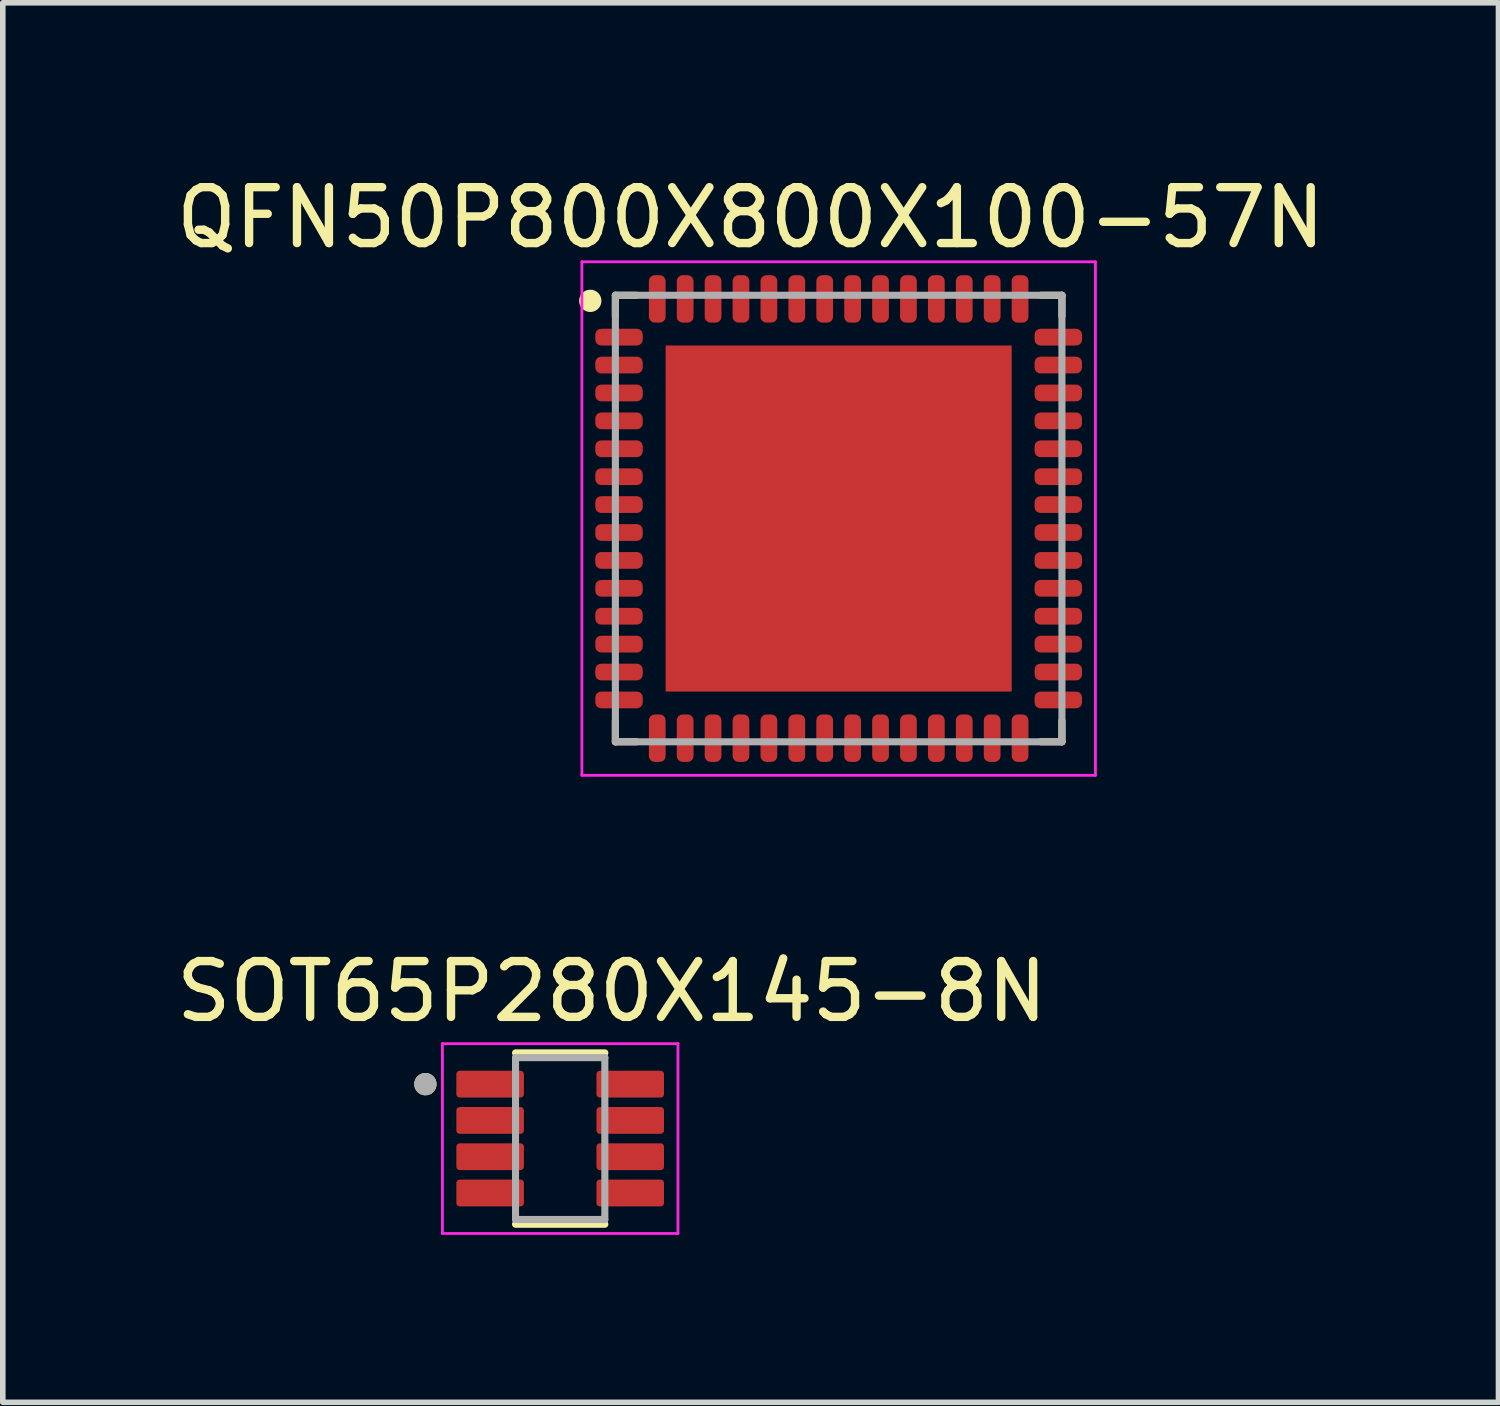
<source format=kicad_pcb>
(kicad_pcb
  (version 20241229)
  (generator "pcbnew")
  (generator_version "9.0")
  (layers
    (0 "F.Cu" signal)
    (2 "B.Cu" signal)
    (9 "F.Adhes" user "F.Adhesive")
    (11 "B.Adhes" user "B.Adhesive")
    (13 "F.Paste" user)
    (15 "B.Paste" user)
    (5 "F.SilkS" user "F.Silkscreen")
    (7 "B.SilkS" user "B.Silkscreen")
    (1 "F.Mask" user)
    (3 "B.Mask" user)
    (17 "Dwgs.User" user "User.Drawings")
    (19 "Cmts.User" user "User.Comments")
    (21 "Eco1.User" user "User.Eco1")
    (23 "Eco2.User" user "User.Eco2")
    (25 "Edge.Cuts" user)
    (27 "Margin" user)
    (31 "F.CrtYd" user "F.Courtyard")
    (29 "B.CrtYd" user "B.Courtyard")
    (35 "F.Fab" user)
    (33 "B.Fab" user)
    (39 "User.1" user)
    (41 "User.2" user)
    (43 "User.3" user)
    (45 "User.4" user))
  (footprint "QFN50P800X800X100-57N"
    (layer "F.Cu")
    (at 11.975 6.24)
    (property "Reference" "QFN50P800X800X100-57N" (at -1.577 -5.391 0) (layer "F.SilkS") (effects (font (size 1.001 1.001) (thickness 0.15))))
    (attr smd)
    (fp_line (start -4 -4) (end -4 -3.625) (stroke (width 0.127) (type solid)) (layer "F.SilkS"))
    (fp_line (start -4 3.625) (end -4 4) (stroke (width 0.127) (type solid)) (layer "F.SilkS"))
    (fp_line (start -4 4) (end -3.625 4) (stroke (width 0.127) (type solid)) (layer "F.SilkS"))
    (fp_line (start -3.625 -4) (end -4 -4) (stroke (width 0.127) (type solid)) (layer "F.SilkS"))
    (fp_line (start 3.625 4) (end 4 4) (stroke (width 0.127) (type solid)) (layer "F.SilkS"))
    (fp_line (start 4 -4) (end 3.625 -4) (stroke (width 0.127) (type solid)) (layer "F.SilkS"))
    (fp_line (start 4 -3.625) (end 4 -4) (stroke (width 0.127) (type solid)) (layer "F.SilkS"))
    (fp_line (start 4 4) (end 4 3.625) (stroke (width 0.127) (type solid)) (layer "F.SilkS"))
    (fp_circle (center -4.45 -3.9) (end -4.35 -3.9) (stroke (width 0.2) (type solid)) (fill no) (layer "F.SilkS"))
    (fp_poly (pts (xy -2.358 0.395) (xy -0.395 0.395) (xy -0.395 2.358) (xy -2.358 2.358)) (stroke (width 0.01) (type solid)) (fill yes) (layer "F.Paste"))
    (fp_poly (pts (xy -2.358 -2.355) (xy -0.395 -2.355) (xy -0.395 -0.396) (xy -2.358 -0.396)) (stroke (width 0.01) (type solid)) (fill yes) (layer "F.Paste"))
    (fp_poly (pts (xy 0.396 -2.355) (xy 2.355 -2.355) (xy 2.355 -0.396) (xy 0.396 -0.396)) (stroke (width 0.01) (type solid)) (fill yes) (layer "F.Paste"))
    (fp_poly (pts (xy 0.396 0.395) (xy 2.355 0.395) (xy 2.355 2.36) (xy 0.396 2.36)) (stroke (width 0.01) (type solid)) (fill yes) (layer "F.Paste"))
    (fp_line (start -4.6 -4.6) (end 4.6 -4.6) (stroke (width 0.05) (type solid)) (layer "F.CrtYd"))
    (fp_line (start -4.6 4.6) (end -4.6 -4.6) (stroke (width 0.05) (type solid)) (layer "F.CrtYd"))
    (fp_line (start 4.6 -4.6) (end 4.6 4.6) (stroke (width 0.05) (type solid)) (layer "F.CrtYd"))
    (fp_line (start 4.6 4.6) (end -4.6 4.6) (stroke (width 0.05) (type solid)) (layer "F.CrtYd"))
    (fp_line (start -4 -4) (end 4 -4) (stroke (width 0.127) (type solid)) (layer "F.Fab"))
    (fp_line (start -4 4) (end -4 -4) (stroke (width 0.127) (type solid)) (layer "F.Fab"))
    (fp_line (start 4 -4) (end 4 4) (stroke (width 0.127) (type solid)) (layer "F.Fab"))
    (fp_line (start 4 4) (end -4 4) (stroke (width 0.127) (type solid)) (layer "F.Fab"))
    (pad "1" smd roundrect (at -3.935 -3.25) (size 0.85 0.3) (layers "F.Cu" "F.Mask" "F.Paste") (roundrect_rratio 0.35))
    (pad "2" smd roundrect (at -3.935 -2.75) (size 0.85 0.3) (layers "F.Cu" "F.Mask" "F.Paste") (roundrect_rratio 0.35))
    (pad "3" smd roundrect (at -3.935 -2.25) (size 0.85 0.3) (layers "F.Cu" "F.Mask" "F.Paste") (roundrect_rratio 0.35))
    (pad "4" smd roundrect (at -3.935 -1.75) (size 0.85 0.3) (layers "F.Cu" "F.Mask" "F.Paste") (roundrect_rratio 0.35))
    (pad "5" smd roundrect (at -3.935 -1.25) (size 0.85 0.3) (layers "F.Cu" "F.Mask" "F.Paste") (roundrect_rratio 0.35))
    (pad "6" smd roundrect (at -3.935 -0.75) (size 0.85 0.3) (layers "F.Cu" "F.Mask" "F.Paste") (roundrect_rratio 0.35))
    (pad "7" smd roundrect (at -3.935 -0.25) (size 0.85 0.3) (layers "F.Cu" "F.Mask" "F.Paste") (roundrect_rratio 0.35))
    (pad "8" smd roundrect (at -3.935 0.25) (size 0.85 0.3) (layers "F.Cu" "F.Mask" "F.Paste") (roundrect_rratio 0.35))
    (pad "9" smd roundrect (at -3.935 0.75) (size 0.85 0.3) (layers "F.Cu" "F.Mask" "F.Paste") (roundrect_rratio 0.35))
    (pad "10" smd roundrect (at -3.935 1.25) (size 0.85 0.3) (layers "F.Cu" "F.Mask" "F.Paste") (roundrect_rratio 0.35))
    (pad "11" smd roundrect (at -3.935 1.75) (size 0.85 0.3) (layers "F.Cu" "F.Mask" "F.Paste") (roundrect_rratio 0.35))
    (pad "12" smd roundrect (at -3.935 2.25) (size 0.85 0.3) (layers "F.Cu" "F.Mask" "F.Paste") (roundrect_rratio 0.35))
    (pad "13" smd roundrect (at -3.935 2.75) (size 0.85 0.3) (layers "F.Cu" "F.Mask" "F.Paste") (roundrect_rratio 0.35))
    (pad "14" smd roundrect (at -3.935 3.25) (size 0.85 0.3) (layers "F.Cu" "F.Mask" "F.Paste") (roundrect_rratio 0.35))
    (pad "15" smd roundrect (at -3.25 3.935) (size 0.3 0.85) (layers "F.Cu" "F.Mask" "F.Paste") (roundrect_rratio 0.35))
    (pad "16" smd roundrect (at -2.75 3.935) (size 0.3 0.85) (layers "F.Cu" "F.Mask" "F.Paste") (roundrect_rratio 0.35))
    (pad "17" smd roundrect (at -2.25 3.935) (size 0.3 0.85) (layers "F.Cu" "F.Mask" "F.Paste") (roundrect_rratio 0.35))
    (pad "18" smd roundrect (at -1.75 3.935) (size 0.3 0.85) (layers "F.Cu" "F.Mask" "F.Paste") (roundrect_rratio 0.35))
    (pad "19" smd roundrect (at -1.25 3.935) (size 0.3 0.85) (layers "F.Cu" "F.Mask" "F.Paste") (roundrect_rratio 0.35))
    (pad "20" smd roundrect (at -0.75 3.935) (size 0.3 0.85) (layers "F.Cu" "F.Mask" "F.Paste") (roundrect_rratio 0.35))
    (pad "21" smd roundrect (at -0.25 3.935) (size 0.3 0.85) (layers "F.Cu" "F.Mask" "F.Paste") (roundrect_rratio 0.35))
    (pad "22" smd roundrect (at 0.25 3.935) (size 0.3 0.85) (layers "F.Cu" "F.Mask" "F.Paste") (roundrect_rratio 0.35))
    (pad "23" smd roundrect (at 0.75 3.935) (size 0.3 0.85) (layers "F.Cu" "F.Mask" "F.Paste") (roundrect_rratio 0.35))
    (pad "24" smd roundrect (at 1.25 3.935) (size 0.3 0.85) (layers "F.Cu" "F.Mask" "F.Paste") (roundrect_rratio 0.35))
    (pad "25" smd roundrect (at 1.75 3.935) (size 0.3 0.85) (layers "F.Cu" "F.Mask" "F.Paste") (roundrect_rratio 0.35))
    (pad "26" smd roundrect (at 2.25 3.935) (size 0.3 0.85) (layers "F.Cu" "F.Mask" "F.Paste") (roundrect_rratio 0.35))
    (pad "27" smd roundrect (at 2.75 3.935) (size 0.3 0.85) (layers "F.Cu" "F.Mask" "F.Paste") (roundrect_rratio 0.35))
    (pad "28" smd roundrect (at 3.25 3.935) (size 0.3 0.85) (layers "F.Cu" "F.Mask" "F.Paste") (roundrect_rratio 0.35))
    (pad "29" smd roundrect (at 3.935 3.25) (size 0.85 0.3) (layers "F.Cu" "F.Mask" "F.Paste") (roundrect_rratio 0.35))
    (pad "30" smd roundrect (at 3.935 2.75) (size 0.85 0.3) (layers "F.Cu" "F.Mask" "F.Paste") (roundrect_rratio 0.35))
    (pad "31" smd roundrect (at 3.935 2.25) (size 0.85 0.3) (layers "F.Cu" "F.Mask" "F.Paste") (roundrect_rratio 0.35))
    (pad "32" smd roundrect (at 3.935 1.75) (size 0.85 0.3) (layers "F.Cu" "F.Mask" "F.Paste") (roundrect_rratio 0.35))
    (pad "33" smd roundrect (at 3.935 1.25) (size 0.85 0.3) (layers "F.Cu" "F.Mask" "F.Paste") (roundrect_rratio 0.35))
    (pad "34" smd roundrect (at 3.935 0.75) (size 0.85 0.3) (layers "F.Cu" "F.Mask" "F.Paste") (roundrect_rratio 0.35))
    (pad "35" smd roundrect (at 3.935 0.25) (size 0.85 0.3) (layers "F.Cu" "F.Mask" "F.Paste") (roundrect_rratio 0.35))
    (pad "36" smd roundrect (at 3.935 -0.25) (size 0.85 0.3) (layers "F.Cu" "F.Mask" "F.Paste") (roundrect_rratio 0.35))
    (pad "37" smd roundrect (at 3.935 -0.75) (size 0.85 0.3) (layers "F.Cu" "F.Mask" "F.Paste") (roundrect_rratio 0.35))
    (pad "38" smd roundrect (at 3.935 -1.25) (size 0.85 0.3) (layers "F.Cu" "F.Mask" "F.Paste") (roundrect_rratio 0.35))
    (pad "39" smd roundrect (at 3.935 -1.75) (size 0.85 0.3) (layers "F.Cu" "F.Mask" "F.Paste") (roundrect_rratio 0.35))
    (pad "40" smd roundrect (at 3.935 -2.25) (size 0.85 0.3) (layers "F.Cu" "F.Mask" "F.Paste") (roundrect_rratio 0.35))
    (pad "41" smd roundrect (at 3.935 -2.75) (size 0.85 0.3) (layers "F.Cu" "F.Mask" "F.Paste") (roundrect_rratio 0.35))
    (pad "42" smd roundrect (at 3.935 -3.25) (size 0.85 0.3) (layers "F.Cu" "F.Mask" "F.Paste") (roundrect_rratio 0.35))
    (pad "43" smd roundrect (at 3.25 -3.935) (size 0.3 0.85) (layers "F.Cu" "F.Mask" "F.Paste") (roundrect_rratio 0.35))
    (pad "44" smd roundrect (at 2.75 -3.935) (size 0.3 0.85) (layers "F.Cu" "F.Mask" "F.Paste") (roundrect_rratio 0.35))
    (pad "45" smd roundrect (at 2.25 -3.935) (size 0.3 0.85) (layers "F.Cu" "F.Mask" "F.Paste") (roundrect_rratio 0.35))
    (pad "46" smd roundrect (at 1.75 -3.935) (size 0.3 0.85) (layers "F.Cu" "F.Mask" "F.Paste") (roundrect_rratio 0.35))
    (pad "47" smd roundrect (at 1.25 -3.935) (size 0.3 0.85) (layers "F.Cu" "F.Mask" "F.Paste") (roundrect_rratio 0.35))
    (pad "48" smd roundrect (at 0.75 -3.935) (size 0.3 0.85) (layers "F.Cu" "F.Mask" "F.Paste") (roundrect_rratio 0.35))
    (pad "49" smd roundrect (at 0.25 -3.935) (size 0.3 0.85) (layers "F.Cu" "F.Mask" "F.Paste") (roundrect_rratio 0.35))
    (pad "50" smd roundrect (at -0.25 -3.935) (size 0.3 0.85) (layers "F.Cu" "F.Mask" "F.Paste") (roundrect_rratio 0.35))
    (pad "51" smd roundrect (at -0.75 -3.935) (size 0.3 0.85) (layers "F.Cu" "F.Mask" "F.Paste") (roundrect_rratio 0.35))
    (pad "52" smd roundrect (at -1.25 -3.935) (size 0.3 0.85) (layers "F.Cu" "F.Mask" "F.Paste") (roundrect_rratio 0.35))
    (pad "53" smd roundrect (at -1.75 -3.935) (size 0.3 0.85) (layers "F.Cu" "F.Mask" "F.Paste") (roundrect_rratio 0.35))
    (pad "54" smd roundrect (at -2.25 -3.935) (size 0.3 0.85) (layers "F.Cu" "F.Mask" "F.Paste") (roundrect_rratio 0.35))
    (pad "55" smd roundrect (at -2.75 -3.935) (size 0.3 0.85) (layers "F.Cu" "F.Mask" "F.Paste") (roundrect_rratio 0.35))
    (pad "56" smd roundrect (at -3.25 -3.935) (size 0.3 0.85) (layers "F.Cu" "F.Mask" "F.Paste") (roundrect_rratio 0.35))
    (pad "57" smd rect (at 0 0) (size 6.2 6.2) (layers "F.Cu" "F.Mask")))
  (footprint "SOT65P280X145-8N"
    (layer "F.Cu")
    (at 6.986 17.348)
    (property "Reference" "SOT65P280X145-8N" (at 0.925 -2.635 0) (layer "F.SilkS") (effects (font (size 1 1) (thickness 0.15))))
    (attr smd)
    (fp_line (start -0.8 -1.535) (end 0.8 -1.535) (stroke (width 0.127) (type solid)) (layer "F.SilkS"))
    (fp_line (start -0.8 1.535) (end 0.8 1.535) (stroke (width 0.127) (type solid)) (layer "F.SilkS"))
    (fp_circle (center -2.415 -0.975) (end -2.315 -0.975) (stroke (width 0.2) (type solid)) (fill no) (layer "F.SilkS"))
    (fp_line (start -2.11 -1.7) (end -2.11 1.7) (stroke (width 0.05) (type solid)) (layer "F.CrtYd"))
    (fp_line (start -2.11 -1.7) (end 2.11 -1.7) (stroke (width 0.05) (type solid)) (layer "F.CrtYd"))
    (fp_line (start -2.11 1.7) (end 2.11 1.7) (stroke (width 0.05) (type solid)) (layer "F.CrtYd"))
    (fp_line (start 2.11 -1.7) (end 2.11 1.7) (stroke (width 0.05) (type solid)) (layer "F.CrtYd"))
    (fp_line (start -0.8 -1.45) (end -0.8 1.45) (stroke (width 0.127) (type solid)) (layer "F.Fab"))
    (fp_line (start -0.8 -1.45) (end 0.8 -1.45) (stroke (width 0.127) (type solid)) (layer "F.Fab"))
    (fp_line (start -0.8 1.45) (end 0.8 1.45) (stroke (width 0.127) (type solid)) (layer "F.Fab"))
    (fp_line (start 0.8 -1.45) (end 0.8 1.45) (stroke (width 0.127) (type solid)) (layer "F.Fab"))
    (fp_circle (center -2.415 -0.975) (end -2.315 -0.975) (stroke (width 0.2) (type solid)) (fill no) (layer "F.Fab"))
    (pad "1" smd roundrect (at -1.255 -0.975) (size 1.21 0.48) (layers "F.Cu" "F.Mask" "F.Paste") (roundrect_rratio 0.125))
    (pad "2" smd roundrect (at -1.255 -0.325) (size 1.21 0.48) (layers "F.Cu" "F.Mask" "F.Paste") (roundrect_rratio 0.125))
    (pad "3" smd roundrect (at -1.255 0.325) (size 1.21 0.48) (layers "F.Cu" "F.Mask" "F.Paste") (roundrect_rratio 0.125))
    (pad "4" smd roundrect (at -1.255 0.975) (size 1.21 0.48) (layers "F.Cu" "F.Mask" "F.Paste") (roundrect_rratio 0.125))
    (pad "5" smd roundrect (at 1.255 0.975) (size 1.21 0.48) (layers "F.Cu" "F.Mask" "F.Paste") (roundrect_rratio 0.125))
    (pad "6" smd roundrect (at 1.255 0.325) (size 1.21 0.48) (layers "F.Cu" "F.Mask" "F.Paste") (roundrect_rratio 0.125))
    (pad "7" smd roundrect (at 1.255 -0.325) (size 1.21 0.48) (layers "F.Cu" "F.Mask" "F.Paste") (roundrect_rratio 0.125))
    (pad "8" smd roundrect (at 1.255 -0.975) (size 1.21 0.48) (layers "F.Cu" "F.Mask" "F.Paste") (roundrect_rratio 0.125)))
  (gr_rect
    (start -3 -3)
    (end 23.796 22.073)
    (stroke (width 0.1) (type default))
    (fill no)
    (layer "Edge.Cuts")))
</source>
